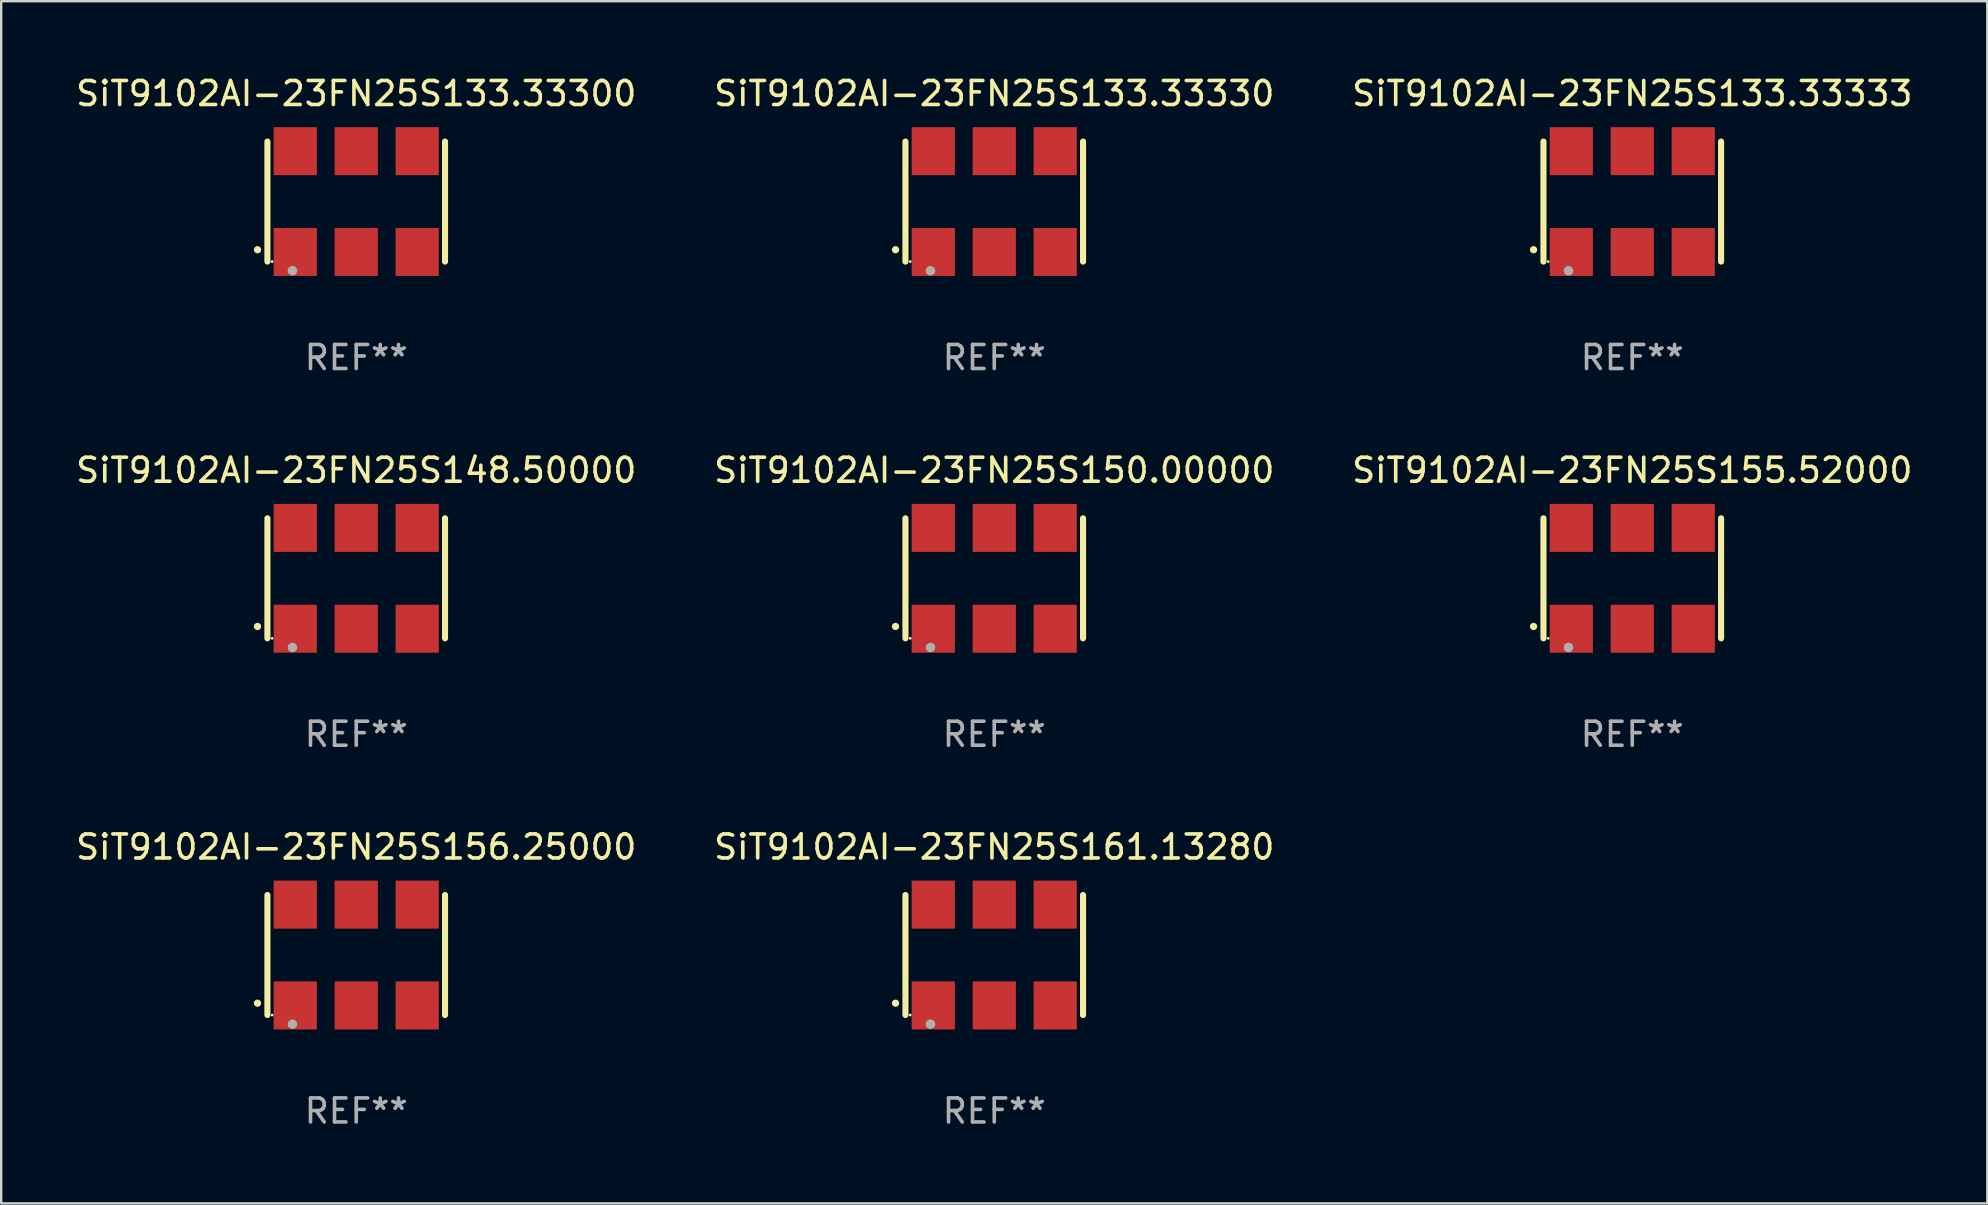
<source format=kicad_pcb>
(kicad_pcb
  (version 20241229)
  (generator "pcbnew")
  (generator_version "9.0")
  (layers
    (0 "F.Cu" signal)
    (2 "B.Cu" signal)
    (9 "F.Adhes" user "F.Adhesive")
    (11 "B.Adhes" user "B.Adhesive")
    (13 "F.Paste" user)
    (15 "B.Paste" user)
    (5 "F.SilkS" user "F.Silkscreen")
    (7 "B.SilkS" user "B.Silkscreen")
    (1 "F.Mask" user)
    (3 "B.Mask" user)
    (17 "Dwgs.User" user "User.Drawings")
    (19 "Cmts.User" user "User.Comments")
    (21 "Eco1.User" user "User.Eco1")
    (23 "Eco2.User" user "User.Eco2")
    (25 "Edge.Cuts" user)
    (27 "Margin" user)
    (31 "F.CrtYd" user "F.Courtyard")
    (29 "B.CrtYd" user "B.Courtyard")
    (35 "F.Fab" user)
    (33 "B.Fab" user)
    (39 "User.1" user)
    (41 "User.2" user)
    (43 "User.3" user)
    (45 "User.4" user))
  (footprint "SiT9102AI-23FN25S150.00000"
    (layer "F.Cu")
    (at 38.375 21.045)
    (property "Reference" "SiT9102AI-23FN25S150.00000" (at 0 -4.5 0) (layer "F.SilkS") (effects (font (size 1 1) (thickness 0.15))))
    (attr through_hole)
    (fp_line (start -3.7 -2.5) (end -3.7 2.5) (stroke (width 0.254) (type solid)) (layer "F.SilkS"))
    (fp_line (start 3.7 -2.5) (end 3.7 2.5) (stroke (width 0.254) (type solid)) (layer "F.SilkS"))
    (fp_arc (start -4.114415 2.006604) (mid -4.113145 2.006599) (end -4.111875 2.006604) (stroke (width 0.3) (type solid)) (layer "F.SilkS"))
    (fp_circle (center -3.502 2.5) (end -3.472 2.5) (stroke (width 0.06) (type solid)) (fill no) (layer "F.SilkS"))
    (fp_circle (center -2.657 2.882) (end -2.557 2.882) (stroke (width 0.2) (type solid)) (fill no) (layer "F.Fab"))
    (fp_text user "REF**" (at 0 6.5 0) (layer "F.Fab") (effects (font (size 1 1) (thickness 0.15))))
    (pad "1" smd rect (at -2.54 2.1) (size 1.8 2) (layers "F.Cu" "F.Mask" "F.Paste"))
    (pad "2" smd rect (at 0.000394 2.1) (size 1.8 2) (layers "F.Cu" "F.Mask" "F.Paste"))
    (pad "3" smd rect (at 2.54 2.1) (size 1.8 2) (layers "F.Cu" "F.Mask" "F.Paste"))
    (pad "4" smd rect (at 2.54 -2.1) (size 1.8 2) (layers "F.Cu" "F.Mask" "F.Paste"))
    (pad "5" smd rect (at 0.000394 -2.1) (size 1.8 2) (layers "F.Cu" "F.Mask" "F.Paste"))
    (pad "6" smd rect (at -2.54 -2.1) (size 1.8 2) (layers "F.Cu" "F.Mask" "F.Paste")))
  (footprint "SiT9102AI-23FN25S156.25000"
    (layer "F.Cu")
    (at 11.792 36.741)
    (property "Reference" "SiT9102AI-23FN25S156.25000" (at 0 -4.5 0) (layer "F.SilkS") (effects (font (size 1 1) (thickness 0.15))))
    (attr through_hole)
    (fp_line (start -3.7 -2.5) (end -3.7 2.5) (stroke (width 0.254) (type solid)) (layer "F.SilkS"))
    (fp_line (start 3.7 -2.5) (end 3.7 2.5) (stroke (width 0.254) (type solid)) (layer "F.SilkS"))
    (fp_arc (start -4.114415 2.006604) (mid -4.113145 2.006599) (end -4.111875 2.006604) (stroke (width 0.3) (type solid)) (layer "F.SilkS"))
    (fp_circle (center -3.502 2.5) (end -3.472 2.5) (stroke (width 0.06) (type solid)) (fill no) (layer "F.SilkS"))
    (fp_circle (center -2.657 2.882) (end -2.557 2.882) (stroke (width 0.2) (type solid)) (fill no) (layer "F.Fab"))
    (fp_text user "REF**" (at 0 6.5 0) (layer "F.Fab") (effects (font (size 1 1) (thickness 0.15))))
    (pad "1" smd rect (at -2.54 2.1) (size 1.8 2) (layers "F.Cu" "F.Mask" "F.Paste"))
    (pad "2" smd rect (at 0.000394 2.1) (size 1.8 2) (layers "F.Cu" "F.Mask" "F.Paste"))
    (pad "3" smd rect (at 2.54 2.1) (size 1.8 2) (layers "F.Cu" "F.Mask" "F.Paste"))
    (pad "4" smd rect (at 2.54 -2.1) (size 1.8 2) (layers "F.Cu" "F.Mask" "F.Paste"))
    (pad "5" smd rect (at 0.000394 -2.1) (size 1.8 2) (layers "F.Cu" "F.Mask" "F.Paste"))
    (pad "6" smd rect (at -2.54 -2.1) (size 1.8 2) (layers "F.Cu" "F.Mask" "F.Paste")))
  (footprint "SiT9102AI-23FN25S133.33330"
    (layer "F.Cu")
    (at 38.375 5.348)
    (property "Reference" "SiT9102AI-23FN25S133.33330" (at 0 -4.5 0) (layer "F.SilkS") (effects (font (size 1 1) (thickness 0.15))))
    (attr through_hole)
    (fp_line (start -3.7 -2.5) (end -3.7 2.5) (stroke (width 0.254) (type solid)) (layer "F.SilkS"))
    (fp_line (start 3.7 -2.5) (end 3.7 2.5) (stroke (width 0.254) (type solid)) (layer "F.SilkS"))
    (fp_arc (start -4.114415 2.006604) (mid -4.113145 2.006599) (end -4.111875 2.006604) (stroke (width 0.3) (type solid)) (layer "F.SilkS"))
    (fp_circle (center -3.502 2.5) (end -3.472 2.5) (stroke (width 0.06) (type solid)) (fill no) (layer "F.SilkS"))
    (fp_circle (center -2.657 2.882) (end -2.557 2.882) (stroke (width 0.2) (type solid)) (fill no) (layer "F.Fab"))
    (fp_text user "REF**" (at 0 6.5 0) (layer "F.Fab") (effects (font (size 1 1) (thickness 0.15))))
    (pad "1" smd rect (at -2.54 2.1) (size 1.8 2) (layers "F.Cu" "F.Mask" "F.Paste"))
    (pad "2" smd rect (at 0.000394 2.1) (size 1.8 2) (layers "F.Cu" "F.Mask" "F.Paste"))
    (pad "3" smd rect (at 2.54 2.1) (size 1.8 2) (layers "F.Cu" "F.Mask" "F.Paste"))
    (pad "4" smd rect (at 2.54 -2.1) (size 1.8 2) (layers "F.Cu" "F.Mask" "F.Paste"))
    (pad "5" smd rect (at 0.000394 -2.1) (size 1.8 2) (layers "F.Cu" "F.Mask" "F.Paste"))
    (pad "6" smd rect (at -2.54 -2.1) (size 1.8 2) (layers "F.Cu" "F.Mask" "F.Paste")))
  (footprint "SiT9102AI-23FN25S148.50000"
    (layer "F.Cu")
    (at 11.792 21.045)
    (property "Reference" "SiT9102AI-23FN25S148.50000" (at 0 -4.5 0) (layer "F.SilkS") (effects (font (size 1 1) (thickness 0.15))))
    (attr through_hole)
    (fp_line (start -3.7 -2.5) (end -3.7 2.5) (stroke (width 0.254) (type solid)) (layer "F.SilkS"))
    (fp_line (start 3.7 -2.5) (end 3.7 2.5) (stroke (width 0.254) (type solid)) (layer "F.SilkS"))
    (fp_arc (start -4.114415 2.006604) (mid -4.113145 2.006599) (end -4.111875 2.006604) (stroke (width 0.3) (type solid)) (layer "F.SilkS"))
    (fp_circle (center -3.502 2.5) (end -3.472 2.5) (stroke (width 0.06) (type solid)) (fill no) (layer "F.SilkS"))
    (fp_circle (center -2.657 2.882) (end -2.557 2.882) (stroke (width 0.2) (type solid)) (fill no) (layer "F.Fab"))
    (fp_text user "REF**" (at 0 6.5 0) (layer "F.Fab") (effects (font (size 1 1) (thickness 0.15))))
    (pad "1" smd rect (at -2.54 2.1) (size 1.8 2) (layers "F.Cu" "F.Mask" "F.Paste"))
    (pad "2" smd rect (at 0.000394 2.1) (size 1.8 2) (layers "F.Cu" "F.Mask" "F.Paste"))
    (pad "3" smd rect (at 2.54 2.1) (size 1.8 2) (layers "F.Cu" "F.Mask" "F.Paste"))
    (pad "4" smd rect (at 2.54 -2.1) (size 1.8 2) (layers "F.Cu" "F.Mask" "F.Paste"))
    (pad "5" smd rect (at 0.000394 -2.1) (size 1.8 2) (layers "F.Cu" "F.Mask" "F.Paste"))
    (pad "6" smd rect (at -2.54 -2.1) (size 1.8 2) (layers "F.Cu" "F.Mask" "F.Paste")))
  (footprint "SiT9102AI-23FN25S155.52000"
    (layer "F.Cu")
    (at 64.958 21.045)
    (property "Reference" "SiT9102AI-23FN25S155.52000" (at 0 -4.5 0) (layer "F.SilkS") (effects (font (size 1 1) (thickness 0.15))))
    (attr through_hole)
    (fp_line (start -3.7 -2.5) (end -3.7 2.5) (stroke (width 0.254) (type solid)) (layer "F.SilkS"))
    (fp_line (start 3.7 -2.5) (end 3.7 2.5) (stroke (width 0.254) (type solid)) (layer "F.SilkS"))
    (fp_arc (start -4.114415 2.006604) (mid -4.113145 2.006599) (end -4.111875 2.006604) (stroke (width 0.3) (type solid)) (layer "F.SilkS"))
    (fp_circle (center -3.502 2.5) (end -3.472 2.5) (stroke (width 0.06) (type solid)) (fill no) (layer "F.SilkS"))
    (fp_circle (center -2.657 2.882) (end -2.557 2.882) (stroke (width 0.2) (type solid)) (fill no) (layer "F.Fab"))
    (fp_text user "REF**" (at 0 6.5 0) (layer "F.Fab") (effects (font (size 1 1) (thickness 0.15))))
    (pad "1" smd rect (at -2.54 2.1) (size 1.8 2) (layers "F.Cu" "F.Mask" "F.Paste"))
    (pad "2" smd rect (at 0.000394 2.1) (size 1.8 2) (layers "F.Cu" "F.Mask" "F.Paste"))
    (pad "3" smd rect (at 2.54 2.1) (size 1.8 2) (layers "F.Cu" "F.Mask" "F.Paste"))
    (pad "4" smd rect (at 2.54 -2.1) (size 1.8 2) (layers "F.Cu" "F.Mask" "F.Paste"))
    (pad "5" smd rect (at 0.000394 -2.1) (size 1.8 2) (layers "F.Cu" "F.Mask" "F.Paste"))
    (pad "6" smd rect (at -2.54 -2.1) (size 1.8 2) (layers "F.Cu" "F.Mask" "F.Paste")))
  (footprint "SiT9102AI-23FN25S133.33300"
    (layer "F.Cu")
    (at 11.792 5.348)
    (property "Reference" "SiT9102AI-23FN25S133.33300" (at 0 -4.5 0) (layer "F.SilkS") (effects (font (size 1 1) (thickness 0.15))))
    (attr through_hole)
    (fp_line (start -3.7 -2.5) (end -3.7 2.5) (stroke (width 0.254) (type solid)) (layer "F.SilkS"))
    (fp_line (start 3.7 -2.5) (end 3.7 2.5) (stroke (width 0.254) (type solid)) (layer "F.SilkS"))
    (fp_arc (start -4.114415 2.006604) (mid -4.113145 2.006599) (end -4.111875 2.006604) (stroke (width 0.3) (type solid)) (layer "F.SilkS"))
    (fp_circle (center -3.502 2.5) (end -3.472 2.5) (stroke (width 0.06) (type solid)) (fill no) (layer "F.SilkS"))
    (fp_circle (center -2.657 2.882) (end -2.557 2.882) (stroke (width 0.2) (type solid)) (fill no) (layer "F.Fab"))
    (fp_text user "REF**" (at 0 6.5 0) (layer "F.Fab") (effects (font (size 1 1) (thickness 0.15))))
    (pad "1" smd rect (at -2.54 2.1) (size 1.8 2) (layers "F.Cu" "F.Mask" "F.Paste"))
    (pad "2" smd rect (at 0.000394 2.1) (size 1.8 2) (layers "F.Cu" "F.Mask" "F.Paste"))
    (pad "3" smd rect (at 2.54 2.1) (size 1.8 2) (layers "F.Cu" "F.Mask" "F.Paste"))
    (pad "4" smd rect (at 2.54 -2.1) (size 1.8 2) (layers "F.Cu" "F.Mask" "F.Paste"))
    (pad "5" smd rect (at 0.000394 -2.1) (size 1.8 2) (layers "F.Cu" "F.Mask" "F.Paste"))
    (pad "6" smd rect (at -2.54 -2.1) (size 1.8 2) (layers "F.Cu" "F.Mask" "F.Paste")))
  (footprint "SiT9102AI-23FN25S161.13280"
    (layer "F.Cu")
    (at 38.375 36.741)
    (property "Reference" "SiT9102AI-23FN25S161.13280" (at 0 -4.5 0) (layer "F.SilkS") (effects (font (size 1 1) (thickness 0.15))))
    (attr through_hole)
    (fp_line (start -3.7 -2.5) (end -3.7 2.5) (stroke (width 0.254) (type solid)) (layer "F.SilkS"))
    (fp_line (start 3.7 -2.5) (end 3.7 2.5) (stroke (width 0.254) (type solid)) (layer "F.SilkS"))
    (fp_arc (start -4.114415 2.006604) (mid -4.113145 2.006599) (end -4.111875 2.006604) (stroke (width 0.3) (type solid)) (layer "F.SilkS"))
    (fp_circle (center -3.502 2.5) (end -3.472 2.5) (stroke (width 0.06) (type solid)) (fill no) (layer "F.SilkS"))
    (fp_circle (center -2.657 2.882) (end -2.557 2.882) (stroke (width 0.2) (type solid)) (fill no) (layer "F.Fab"))
    (fp_text user "REF**" (at 0 6.5 0) (layer "F.Fab") (effects (font (size 1 1) (thickness 0.15))))
    (pad "1" smd rect (at -2.54 2.1) (size 1.8 2) (layers "F.Cu" "F.Mask" "F.Paste"))
    (pad "2" smd rect (at 0.000394 2.1) (size 1.8 2) (layers "F.Cu" "F.Mask" "F.Paste"))
    (pad "3" smd rect (at 2.54 2.1) (size 1.8 2) (layers "F.Cu" "F.Mask" "F.Paste"))
    (pad "4" smd rect (at 2.54 -2.1) (size 1.8 2) (layers "F.Cu" "F.Mask" "F.Paste"))
    (pad "5" smd rect (at 0.000394 -2.1) (size 1.8 2) (layers "F.Cu" "F.Mask" "F.Paste"))
    (pad "6" smd rect (at -2.54 -2.1) (size 1.8 2) (layers "F.Cu" "F.Mask" "F.Paste")))
  (footprint "SiT9102AI-23FN25S133.33333"
    (layer "F.Cu")
    (at 64.958 5.348)
    (property "Reference" "SiT9102AI-23FN25S133.33333" (at 0 -4.5 0) (layer "F.SilkS") (effects (font (size 1 1) (thickness 0.15))))
    (attr through_hole)
    (fp_line (start -3.7 -2.5) (end -3.7 2.5) (stroke (width 0.254) (type solid)) (layer "F.SilkS"))
    (fp_line (start 3.7 -2.5) (end 3.7 2.5) (stroke (width 0.254) (type solid)) (layer "F.SilkS"))
    (fp_arc (start -4.114415 2.006604) (mid -4.113145 2.006599) (end -4.111875 2.006604) (stroke (width 0.3) (type solid)) (layer "F.SilkS"))
    (fp_circle (center -3.502 2.5) (end -3.472 2.5) (stroke (width 0.06) (type solid)) (fill no) (layer "F.SilkS"))
    (fp_circle (center -2.657 2.882) (end -2.557 2.882) (stroke (width 0.2) (type solid)) (fill no) (layer "F.Fab"))
    (fp_text user "REF**" (at 0 6.5 0) (layer "F.Fab") (effects (font (size 1 1) (thickness 0.15))))
    (pad "1" smd rect (at -2.54 2.1) (size 1.8 2) (layers "F.Cu" "F.Mask" "F.Paste"))
    (pad "2" smd rect (at 0.000394 2.1) (size 1.8 2) (layers "F.Cu" "F.Mask" "F.Paste"))
    (pad "3" smd rect (at 2.54 2.1) (size 1.8 2) (layers "F.Cu" "F.Mask" "F.Paste"))
    (pad "4" smd rect (at 2.54 -2.1) (size 1.8 2) (layers "F.Cu" "F.Mask" "F.Paste"))
    (pad "5" smd rect (at 0.000394 -2.1) (size 1.8 2) (layers "F.Cu" "F.Mask" "F.Paste"))
    (pad "6" smd rect (at -2.54 -2.1) (size 1.8 2) (layers "F.Cu" "F.Mask" "F.Paste")))
  (gr_rect
    (start -3 -3)
    (end 79.75 47.09)
    (stroke (width 0.1) (type default))
    (fill no)
    (layer "Edge.Cuts")))
</source>
